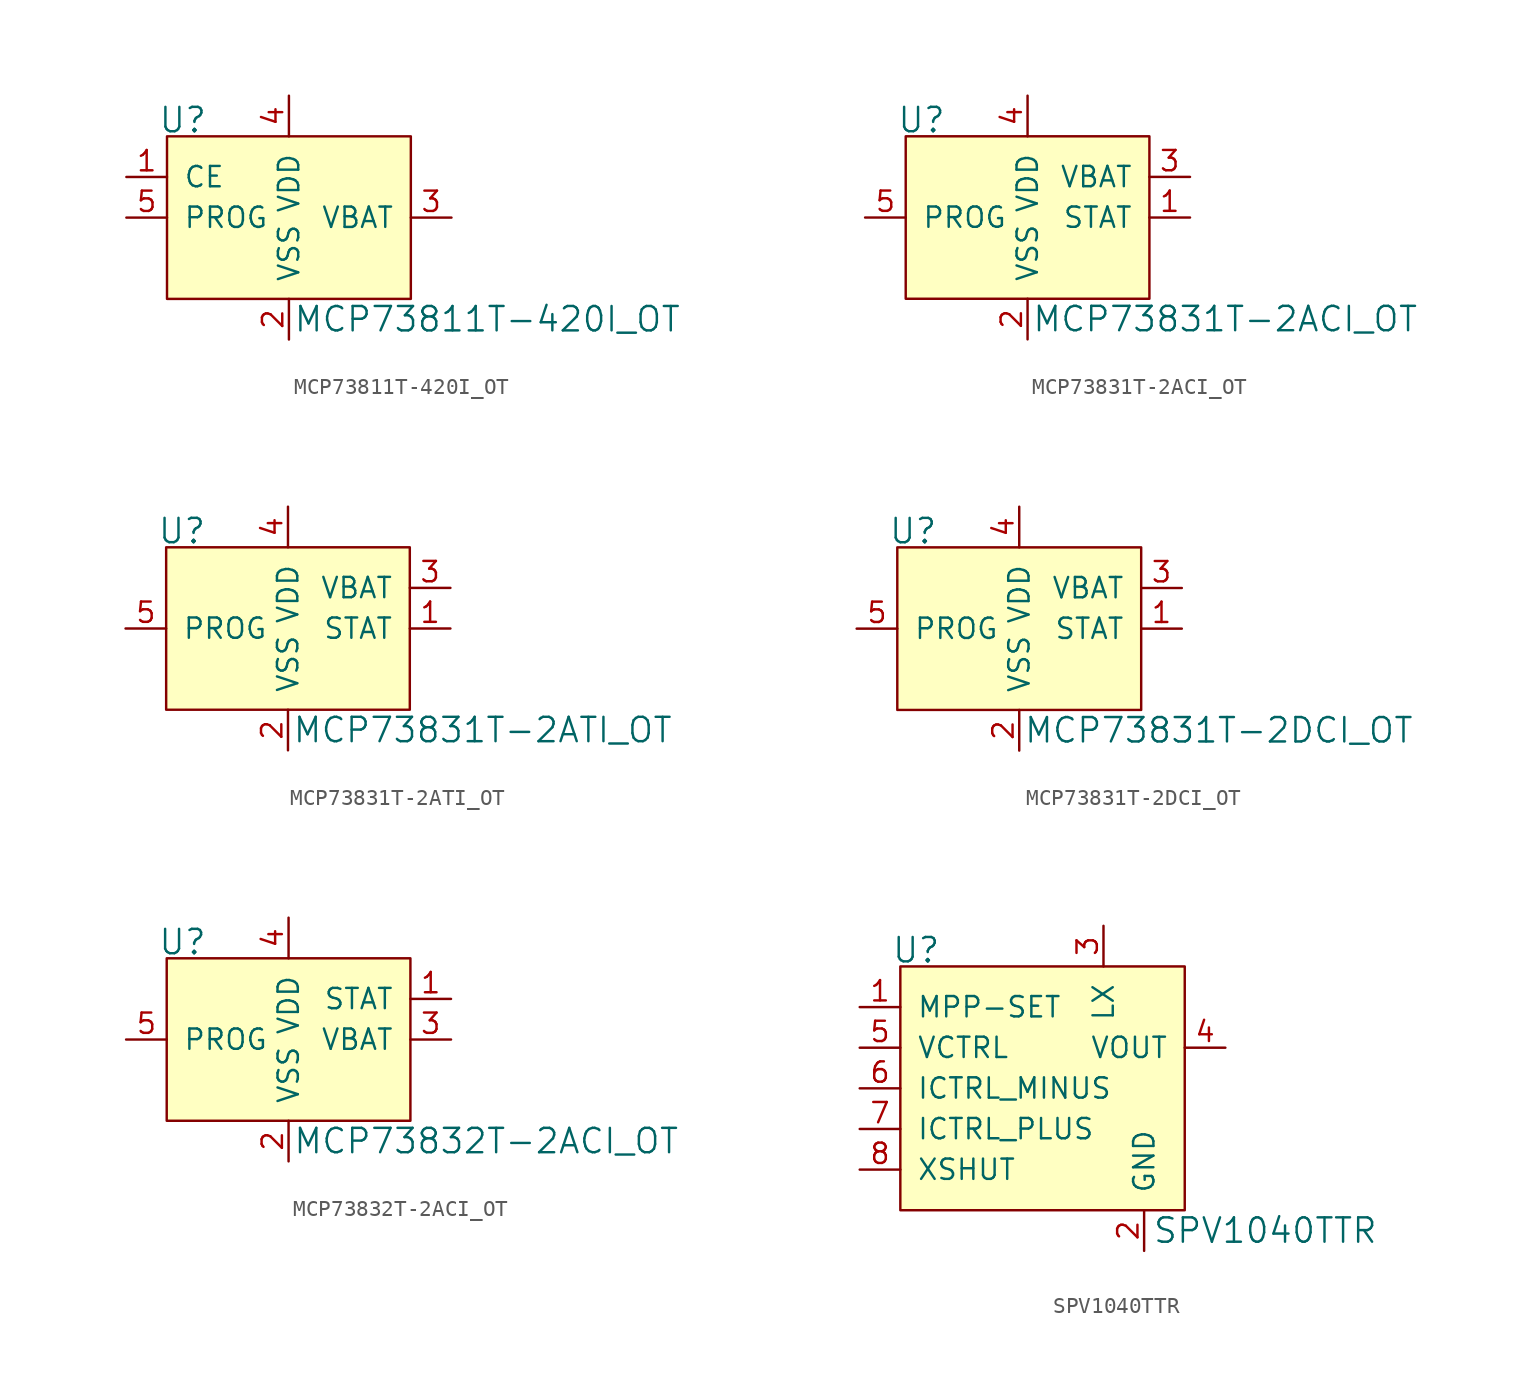
<source format=kicad_sym>
(kicad_symbol_lib
  (version 20220914)
  (generator kicad_symbol_editor)
  (symbol "MCP73811T-420I_OT"
    (pin_names
      (offset 1.016))
    (property "Reference" "U"
      (at -5.08 6.096 0)
      (effects (font (size 1.524 1.524)) (justify right)))
    (property "Value" "MCP73811T-420I_OT"
      (at 0.254 -6.35 0)
      (effects (font (size 1.524 1.524)) (justify left)))
    (symbol "MCP73811T-420I_OT_0_1"
      (rectangle (start -7.62 5.08) (end 7.62 -5.08) (stroke (width 0) (type solid)) (fill (type background))))
    (symbol "MCP73811T-420I_OT_1_1"
      (pin input line (at -10.16 2.54 0) (length 2.54) (name "CE" (effects (font (size 1.27 1.27)))) (number "1" (effects (font (size 1.27 1.27)))))
      (pin power_in line (at 0 -7.62 90) (length 2.54) (name "VSS" (effects (font (size 1.27 1.27)))) (number "2" (effects (font (size 1.27 1.27)))))
      (pin power_out line (at 10.16 0 180) (length 2.54) (name "VBAT" (effects (font (size 1.27 1.27)))) (number "3" (effects (font (size 1.27 1.27)))))
      (pin power_in line (at 0 7.62 270) (length 2.54) (name "VDD" (effects (font (size 1.27 1.27)))) (number "4" (effects (font (size 1.27 1.27)))))
      (pin input line (at -10.16 0 0) (length 2.54) (name "PROG" (effects (font (size 1.27 1.27)))) (number "5" (effects (font (size 1.27 1.27)))))))
  (symbol "MCP73831T-2ACI_OT"
    (pin_names
      (offset 1.016))
    (property "Reference" "U"
      (at -5.08 3.556 0)
      (effects (font (size 1.524 1.524)) (justify right)))
    (property "Value" "MCP73831T-2ACI_OT"
      (at 0.254 -8.89 0)
      (effects (font (size 1.524 1.524)) (justify left)))
    (symbol "MCP73831T-2ACI_OT_0_1"
      (rectangle (start 7.62 2.54) (end -7.62 -7.62) (stroke (width 0) (type solid)) (fill (type background))))
    (symbol "MCP73831T-2ACI_OT_1_1"
      (pin output line (at 10.16 -2.54 180) (length 2.54) (name "STAT" (effects (font (size 1.27 1.27)))) (number "1" (effects (font (size 1.27 1.27)))))
      (pin power_in line (at 0 -10.16 90) (length 2.54) (name "VSS" (effects (font (size 1.27 1.27)))) (number "2" (effects (font (size 1.27 1.27)))))
      (pin power_out line (at 10.16 0 180) (length 2.54) (name "VBAT" (effects (font (size 1.27 1.27)))) (number "3" (effects (font (size 1.27 1.27)))))
      (pin power_in line (at 0 5.08 270) (length 2.54) (name "VDD" (effects (font (size 1.27 1.27)))) (number "4" (effects (font (size 1.27 1.27)))))
      (pin input line (at -10.16 -2.54 0) (length 2.54) (name "PROG" (effects (font (size 1.27 1.27)))) (number "5" (effects (font (size 1.27 1.27)))))))
  (symbol "MCP73831T-2ATI_OT"
    (pin_names
      (offset 1.016))
    (property "Reference" "U"
      (at -5.08 3.556 0)
      (effects (font (size 1.524 1.524)) (justify right)))
    (property "Value" "MCP73831T-2ATI_OT"
      (at 0.254 -8.89 0)
      (effects (font (size 1.524 1.524)) (justify left)))
    (symbol "MCP73831T-2ATI_OT_0_1"
      (rectangle (start 7.62 2.54) (end -7.62 -7.62) (stroke (width 0) (type solid)) (fill (type background))))
    (symbol "MCP73831T-2ATI_OT_1_1"
      (pin output line (at 10.16 -2.54 180) (length 2.54) (name "STAT" (effects (font (size 1.27 1.27)))) (number "1" (effects (font (size 1.27 1.27)))))
      (pin power_in line (at 0 -10.16 90) (length 2.54) (name "VSS" (effects (font (size 1.27 1.27)))) (number "2" (effects (font (size 1.27 1.27)))))
      (pin power_out line (at 10.16 0 180) (length 2.54) (name "VBAT" (effects (font (size 1.27 1.27)))) (number "3" (effects (font (size 1.27 1.27)))))
      (pin power_in line (at 0 5.08 270) (length 2.54) (name "VDD" (effects (font (size 1.27 1.27)))) (number "4" (effects (font (size 1.27 1.27)))))
      (pin input line (at -10.16 -2.54 0) (length 2.54) (name "PROG" (effects (font (size 1.27 1.27)))) (number "5" (effects (font (size 1.27 1.27)))))))
  (symbol "MCP73831T-2DCI_OT"
    (pin_names
      (offset 1.016))
    (property "Reference" "U"
      (at -5.08 3.556 0)
      (effects (font (size 1.524 1.524)) (justify right)))
    (property "Value" "MCP73831T-2DCI_OT"
      (at 0.254 -8.89 0)
      (effects (font (size 1.524 1.524)) (justify left)))
    (symbol "MCP73831T-2DCI_OT_0_1"
      (rectangle (start 7.62 2.54) (end -7.62 -7.62) (stroke (width 0) (type solid)) (fill (type background))))
    (symbol "MCP73831T-2DCI_OT_1_1"
      (pin output line (at 10.16 -2.54 180) (length 2.54) (name "STAT" (effects (font (size 1.27 1.27)))) (number "1" (effects (font (size 1.27 1.27)))))
      (pin power_in line (at 0 -10.16 90) (length 2.54) (name "VSS" (effects (font (size 1.27 1.27)))) (number "2" (effects (font (size 1.27 1.27)))))
      (pin power_out line (at 10.16 0 180) (length 2.54) (name "VBAT" (effects (font (size 1.27 1.27)))) (number "3" (effects (font (size 1.27 1.27)))))
      (pin power_in line (at 0 5.08 270) (length 2.54) (name "VDD" (effects (font (size 1.27 1.27)))) (number "4" (effects (font (size 1.27 1.27)))))
      (pin input line (at -10.16 -2.54 0) (length 2.54) (name "PROG" (effects (font (size 1.27 1.27)))) (number "5" (effects (font (size 1.27 1.27)))))))
  (symbol "MCP73832T-2ACI_OT"
    (pin_names
      (offset 1.016))
    (property "Reference" "U"
      (at -5.08 1.016 0)
      (effects (font (size 1.524 1.524)) (justify right)))
    (property "Value" "MCP73832T-2ACI_OT"
      (at 0.254 -11.43 0)
      (effects (font (size 1.524 1.524)) (justify left)))
    (symbol "MCP73832T-2ACI_OT_0_1"
      (rectangle (start -7.62 0) (end 7.62 -10.16) (stroke (width 0) (type solid)) (fill (type background))))
    (symbol "MCP73832T-2ACI_OT_1_1"
      (pin output line (at 10.16 -2.54 180) (length 2.54) (name "STAT" (effects (font (size 1.27 1.27)))) (number "1" (effects (font (size 1.27 1.27)))))
      (pin power_in line (at 0 -12.7 90) (length 2.54) (name "VSS" (effects (font (size 1.27 1.27)))) (number "2" (effects (font (size 1.27 1.27)))))
      (pin power_out line (at 10.16 -5.08 180) (length 2.54) (name "VBAT" (effects (font (size 1.27 1.27)))) (number "3" (effects (font (size 1.27 1.27)))))
      (pin power_in line (at 0 2.54 270) (length 2.54) (name "VDD" (effects (font (size 1.27 1.27)))) (number "4" (effects (font (size 1.27 1.27)))))
      (pin input line (at -10.16 -5.08 0) (length 2.54) (name "PROG" (effects (font (size 1.27 1.27)))) (number "5" (effects (font (size 1.27 1.27)))))))
  (symbol "SPV1040TTR"
    (pin_names
      (offset 1.016))
    (property "Reference" "U"
      (at -7.62 6.096 0)
      (effects (font (size 1.524 1.524)) (justify right)))
    (property "Value" "SPV1040TTR"
      (at 5.588 -11.43 0)
      (effects (font (size 1.524 1.524)) (justify left)))
    (symbol "SPV1040TTR_0_1"
      (rectangle (start -10.16 5.08) (end 7.62 -10.16) (stroke (width 0) (type solid)) (fill (type background))))
    (symbol "SPV1040TTR_1_1"
      (pin input line (at -12.7 2.54 0) (length 2.54) (name "MPP-SET" (effects (font (size 1.27 1.27)))) (number "1" (effects (font (size 1.27 1.27)))))
      (pin power_in line (at 5.08 -12.7 90) (length 2.54) (name "GND" (effects (font (size 1.27 1.27)))) (number "2" (effects (font (size 1.27 1.27)))))
      (pin power_in line (at 2.54 7.62 270) (length 2.54) (name "LX" (effects (font (size 1.27 1.27)))) (number "3" (effects (font (size 1.27 1.27)))))
      (pin power_out line (at 10.16 0 180) (length 2.54) (name "VOUT" (effects (font (size 1.27 1.27)))) (number "4" (effects (font (size 1.27 1.27)))))
      (pin input line (at -12.7 0 0) (length 2.54) (name "VCTRL" (effects (font (size 1.27 1.27)))) (number "5" (effects (font (size 1.27 1.27)))))
      (pin input line (at -12.7 -2.54 0) (length 2.54) (name "ICTRL_MINUS" (effects (font (size 1.27 1.27)))) (number "6" (effects (font (size 1.27 1.27)))))
      (pin input line (at -12.7 -5.08 0) (length 2.54) (name "ICTRL_PLUS" (effects (font (size 1.27 1.27)))) (number "7" (effects (font (size 1.27 1.27)))))
      (pin input line (at -12.7 -7.62 0) (length 2.54) (name "XSHUT" (effects (font (size 1.27 1.27)))) (number "8" (effects (font (size 1.27 1.27))))))))
</source>
